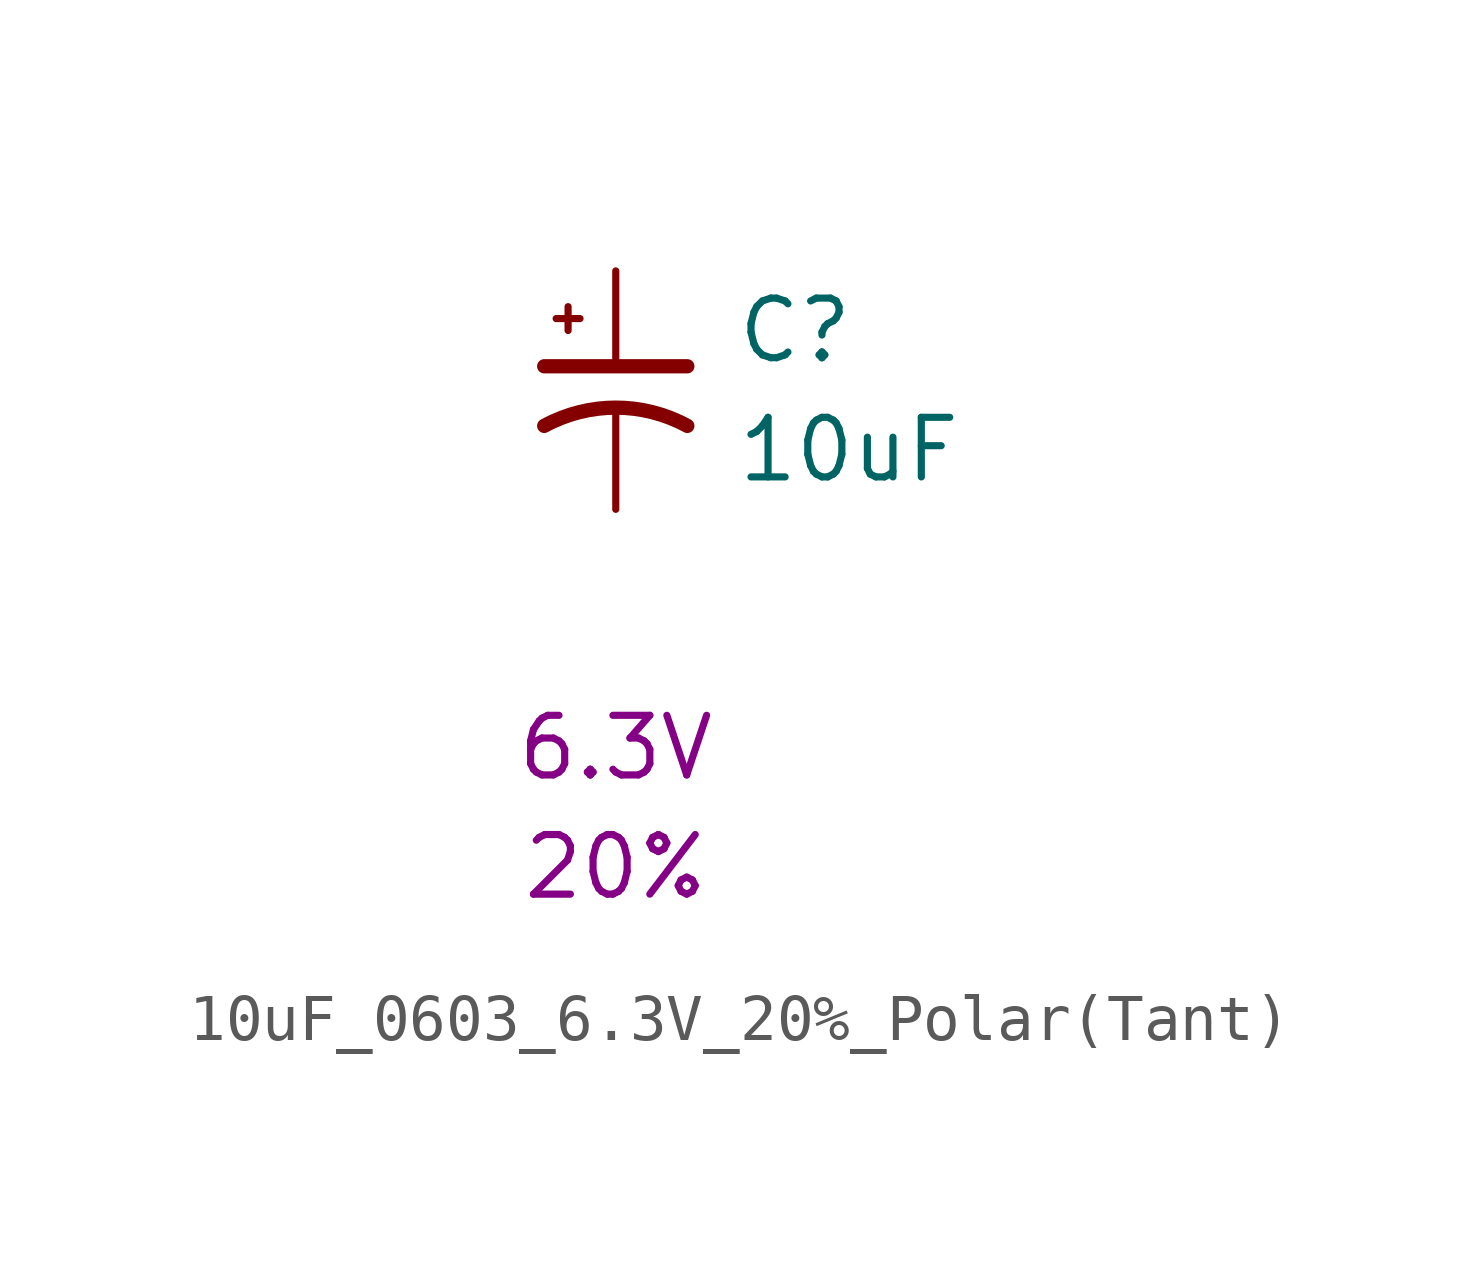
<source format=kicad_sym>
(kicad_symbol_lib
  (version 20231120)
  (generator "kicad_symbol_editor")
  (generator_version "8.0")
  (symbol "10uF_0603_6.3V_20%_Polar(Tant)"
    (pin_numbers hide)
    (pin_names
      (offset 0.254) hide)
    (property "Reference" "C"
      (at 2.54 1.27 0)
      (effects (font (size 1.27 1.27)) (justify left)))
    (property "Value" "10uF"
      (at 2.54 -1.27 0)
      (effects (font (size 1.27 1.27)) (justify left)))
    (property "Voltage" "6.3V"
      (at 0 -7.62 0)
      (effects (font (size 1.27 1.27))))
    (property "Tolerance" "20%"
      (at 0 -10.16 0)
      (effects (font (size 1.27 1.27))))
    (symbol "10uF_0603_6.3V_20%_Polar(Tant)_0_1"
      (polyline (pts (xy -1.524 0.508) (xy 1.524 0.508)) (stroke (width 0.305) (type default)) (fill (type none)))
      (polyline (pts (xy -1.27 1.524) (xy -0.762 1.524)) (stroke (width 0) (type default)) (fill (type none)))
      (polyline (pts (xy -1.016 1.27) (xy -1.016 1.778)) (stroke (width 0) (type default)) (fill (type none)))
      (arc (start 1.524 -0.762) (mid 0 -0.3734) (end -1.524 -0.762) (stroke (width 0.3048) (type default)) (fill (type none))))
    (symbol "10uF_0603_6.3V_20%_Polar(Tant)_1_1"
      (pin passive line (at 0 2.54 270) (length 2.032) (name "~" (effects (font (size 1.27 1.27)))) (number "1" (effects (font (size 1.27 1.27)))))
      (pin passive line (at 0 -2.54 90) (length 2.032) (name "~" (effects (font (size 1.27 1.27)))) (number "2" (effects (font (size 1.27 1.27))))))))
</source>
